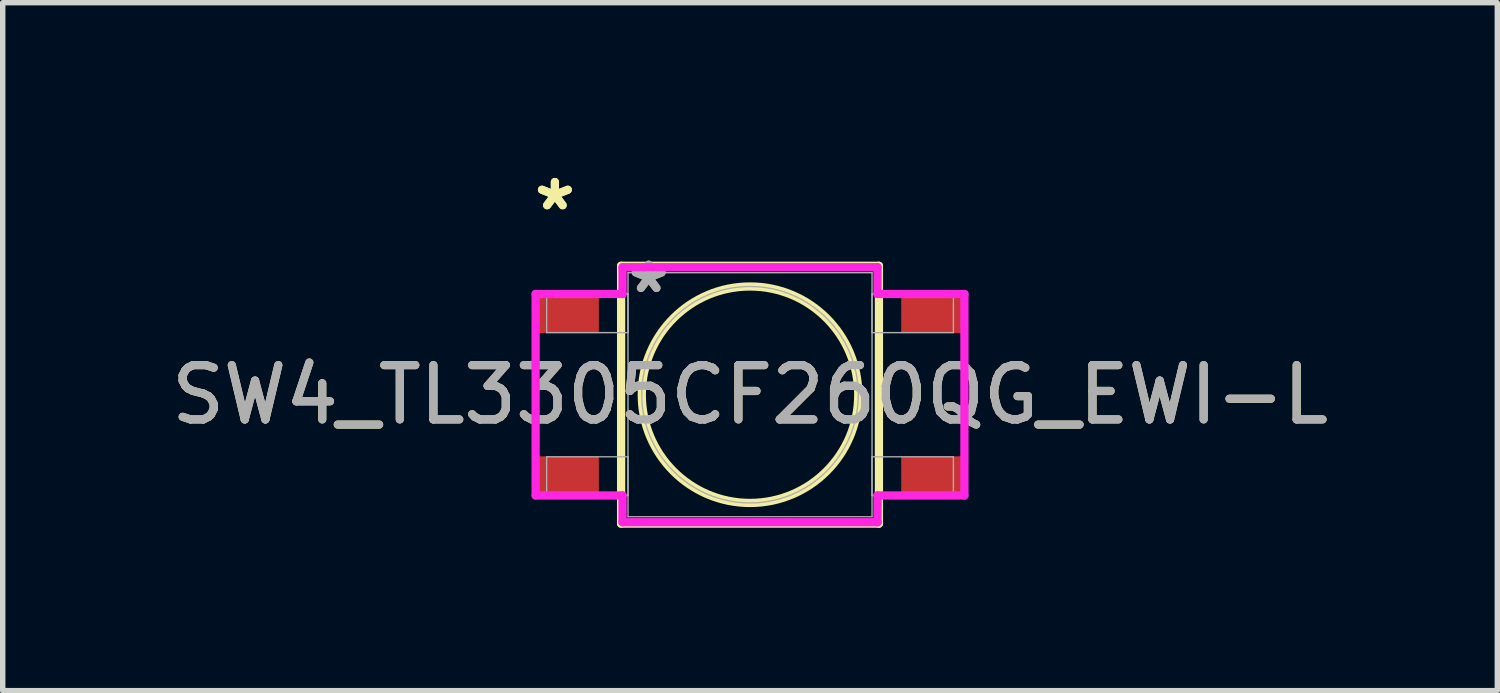
<source format=kicad_pcb>
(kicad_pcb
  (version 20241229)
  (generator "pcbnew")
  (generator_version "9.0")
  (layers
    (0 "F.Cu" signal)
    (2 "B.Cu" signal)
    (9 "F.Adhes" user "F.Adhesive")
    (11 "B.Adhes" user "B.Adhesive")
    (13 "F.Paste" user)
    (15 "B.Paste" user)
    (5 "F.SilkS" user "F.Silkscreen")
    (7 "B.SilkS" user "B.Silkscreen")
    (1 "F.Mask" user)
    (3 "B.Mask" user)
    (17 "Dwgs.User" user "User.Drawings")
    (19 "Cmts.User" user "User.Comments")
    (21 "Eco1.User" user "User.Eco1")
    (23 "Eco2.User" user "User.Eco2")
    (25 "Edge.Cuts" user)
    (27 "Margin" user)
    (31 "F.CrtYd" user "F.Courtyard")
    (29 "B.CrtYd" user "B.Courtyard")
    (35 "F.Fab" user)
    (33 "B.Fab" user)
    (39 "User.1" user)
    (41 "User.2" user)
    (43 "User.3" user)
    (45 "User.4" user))
  (footprint "SW4_TL3305CF260QG_EWI-L"
    (layer "F.Cu")
    (at 10.768 4.222)
    (property "Reference" "SW4_TL3305CF260QG_EWI-L" (at 0 0 0) (unlocked yes) (layer "F.SilkS") (effects (font (size 1 1) (thickness 0.15))))
    (attr smd)
    (fp_line (start -2.375 -2.375) (end -2.375 2.375) (stroke (width 0.152) (type solid)) (layer "F.SilkS"))
    (fp_line (start -2.375 2.375) (end 2.375 2.375) (stroke (width 0.152) (type solid)) (layer "F.SilkS"))
    (fp_line (start 2.375 -2.375) (end -2.375 -2.375) (stroke (width 0.152) (type solid)) (layer "F.SilkS"))
    (fp_line (start 2.375 2.375) (end 2.375 -2.375) (stroke (width 0.152) (type solid)) (layer "F.SilkS"))
    (fp_circle (center 0 0) (end 1.994 0) (stroke (width 0.152) (type solid)) (fill no) (layer "F.SilkS"))
    (fp_line (start -3.95 -1.856) (end -2.349 -1.856) (stroke (width 0.152) (type solid)) (layer "F.CrtYd"))
    (fp_line (start -3.95 1.856) (end -3.95 -1.856) (stroke (width 0.152) (type solid)) (layer "F.CrtYd"))
    (fp_line (start -2.349 -2.349) (end 2.349 -2.349) (stroke (width 0.152) (type solid)) (layer "F.CrtYd"))
    (fp_line (start -2.349 -1.856) (end -2.349 -2.349) (stroke (width 0.152) (type solid)) (layer "F.CrtYd"))
    (fp_line (start -2.349 1.856) (end -3.95 1.856) (stroke (width 0.152) (type solid)) (layer "F.CrtYd"))
    (fp_line (start -2.349 2.349) (end -2.349 1.856) (stroke (width 0.152) (type solid)) (layer "F.CrtYd"))
    (fp_line (start 2.349 -2.349) (end 2.349 -1.856) (stroke (width 0.152) (type solid)) (layer "F.CrtYd"))
    (fp_line (start 2.349 -1.856) (end 3.95 -1.856) (stroke (width 0.152) (type solid)) (layer "F.CrtYd"))
    (fp_line (start 2.349 1.856) (end 2.349 2.349) (stroke (width 0.152) (type solid)) (layer "F.CrtYd"))
    (fp_line (start 2.349 2.349) (end -2.349 2.349) (stroke (width 0.152) (type solid)) (layer "F.CrtYd"))
    (fp_line (start 3.95 -1.856) (end 3.95 1.856) (stroke (width 0.152) (type solid)) (layer "F.CrtYd"))
    (fp_line (start 3.95 1.856) (end 2.349 1.856) (stroke (width 0.152) (type solid)) (layer "F.CrtYd"))
    (fp_line (start -3.747 -1.856) (end -3.747 -1.144) (stroke (width 0.025) (type solid)) (layer "F.Fab"))
    (fp_line (start -3.747 -1.144) (end -2.248 -1.144) (stroke (width 0.025) (type solid)) (layer "F.Fab"))
    (fp_line (start -3.747 1.144) (end -3.747 1.856) (stroke (width 0.025) (type solid)) (layer "F.Fab"))
    (fp_line (start -3.747 1.856) (end -2.248 1.856) (stroke (width 0.025) (type solid)) (layer "F.Fab"))
    (fp_line (start -2.248 -2.248) (end -2.248 2.248) (stroke (width 0.025) (type solid)) (layer "F.Fab"))
    (fp_line (start -2.248 -1.856) (end -3.747 -1.856) (stroke (width 0.025) (type solid)) (layer "F.Fab"))
    (fp_line (start -2.248 -1.144) (end -2.248 -1.856) (stroke (width 0.025) (type solid)) (layer "F.Fab"))
    (fp_line (start -2.248 1.144) (end -3.747 1.144) (stroke (width 0.025) (type solid)) (layer "F.Fab"))
    (fp_line (start -2.248 1.856) (end -2.248 1.144) (stroke (width 0.025) (type solid)) (layer "F.Fab"))
    (fp_line (start -2.248 2.248) (end 2.248 2.248) (stroke (width 0.025) (type solid)) (layer "F.Fab"))
    (fp_line (start 2.248 -2.248) (end -2.248 -2.248) (stroke (width 0.025) (type solid)) (layer "F.Fab"))
    (fp_line (start 2.248 -1.856) (end 2.248 -1.144) (stroke (width 0.025) (type solid)) (layer "F.Fab"))
    (fp_line (start 2.248 -1.144) (end 3.747 -1.144) (stroke (width 0.025) (type solid)) (layer "F.Fab"))
    (fp_line (start 2.248 1.144) (end 2.248 1.856) (stroke (width 0.025) (type solid)) (layer "F.Fab"))
    (fp_line (start 2.248 1.856) (end 3.747 1.856) (stroke (width 0.025) (type solid)) (layer "F.Fab"))
    (fp_line (start 2.248 2.248) (end 2.248 -2.248) (stroke (width 0.025) (type solid)) (layer "F.Fab"))
    (fp_line (start 3.747 -1.856) (end 2.248 -1.856) (stroke (width 0.025) (type solid)) (layer "F.Fab"))
    (fp_line (start 3.747 -1.144) (end 3.747 -1.856) (stroke (width 0.025) (type solid)) (layer "F.Fab"))
    (fp_line (start 3.747 1.144) (end 2.248 1.144) (stroke (width 0.025) (type solid)) (layer "F.Fab"))
    (fp_line (start 3.747 1.856) (end 3.747 1.144) (stroke (width 0.025) (type solid)) (layer "F.Fab"))
    (fp_circle (center 0 0) (end 1.994 0) (stroke (width 0.025) (type solid)) (fill no) (layer "F.Fab"))
    (fp_text user "*" (at -3.595 -3.374 0) (layer "F.SilkS") (effects (font (size 1 1) (thickness 0.15))))
    (fp_text user "*" (at -3.595 -3.374 0) (unlocked yes) (layer "F.SilkS") (effects (font (size 1 1) (thickness 0.15))))
    (fp_text user "*" (at -1.867 -1.85 0) (unlocked yes) (layer "F.Fab") (effects (font (size 1 1) (thickness 0.15))))
    (fp_text user "${REFERENCE}" (at 0 0 0) (unlocked yes) (layer "F.Fab") (effects (font (size 1 1) (thickness 0.15))))
    (fp_text user "*" (at -1.867 -1.85 0) (layer "F.Fab") (effects (font (size 1 1) (thickness 0.15))))
    (pad "1" smd rect (at -3.341 -1.5) (size 1.111 0.731) (layers "F.Cu" "F.Mask" "F.Paste"))
    (pad "2" smd rect (at 3.341 -1.5) (size 1.111 0.731) (layers "F.Cu" "F.Mask" "F.Paste"))
    (pad "3" smd rect (at -3.341 1.5) (size 1.111 0.731) (layers "F.Cu" "F.Mask" "F.Paste"))
    (pad "4" smd rect (at 3.341 1.5) (size 1.111 0.731) (layers "F.Cu" "F.Mask" "F.Paste")))
  (gr_rect
    (start -3 -3)
    (end 24.536 9.674)
    (stroke (width 0.1) (type default))
    (fill no)
    (layer "Edge.Cuts")))
</source>
